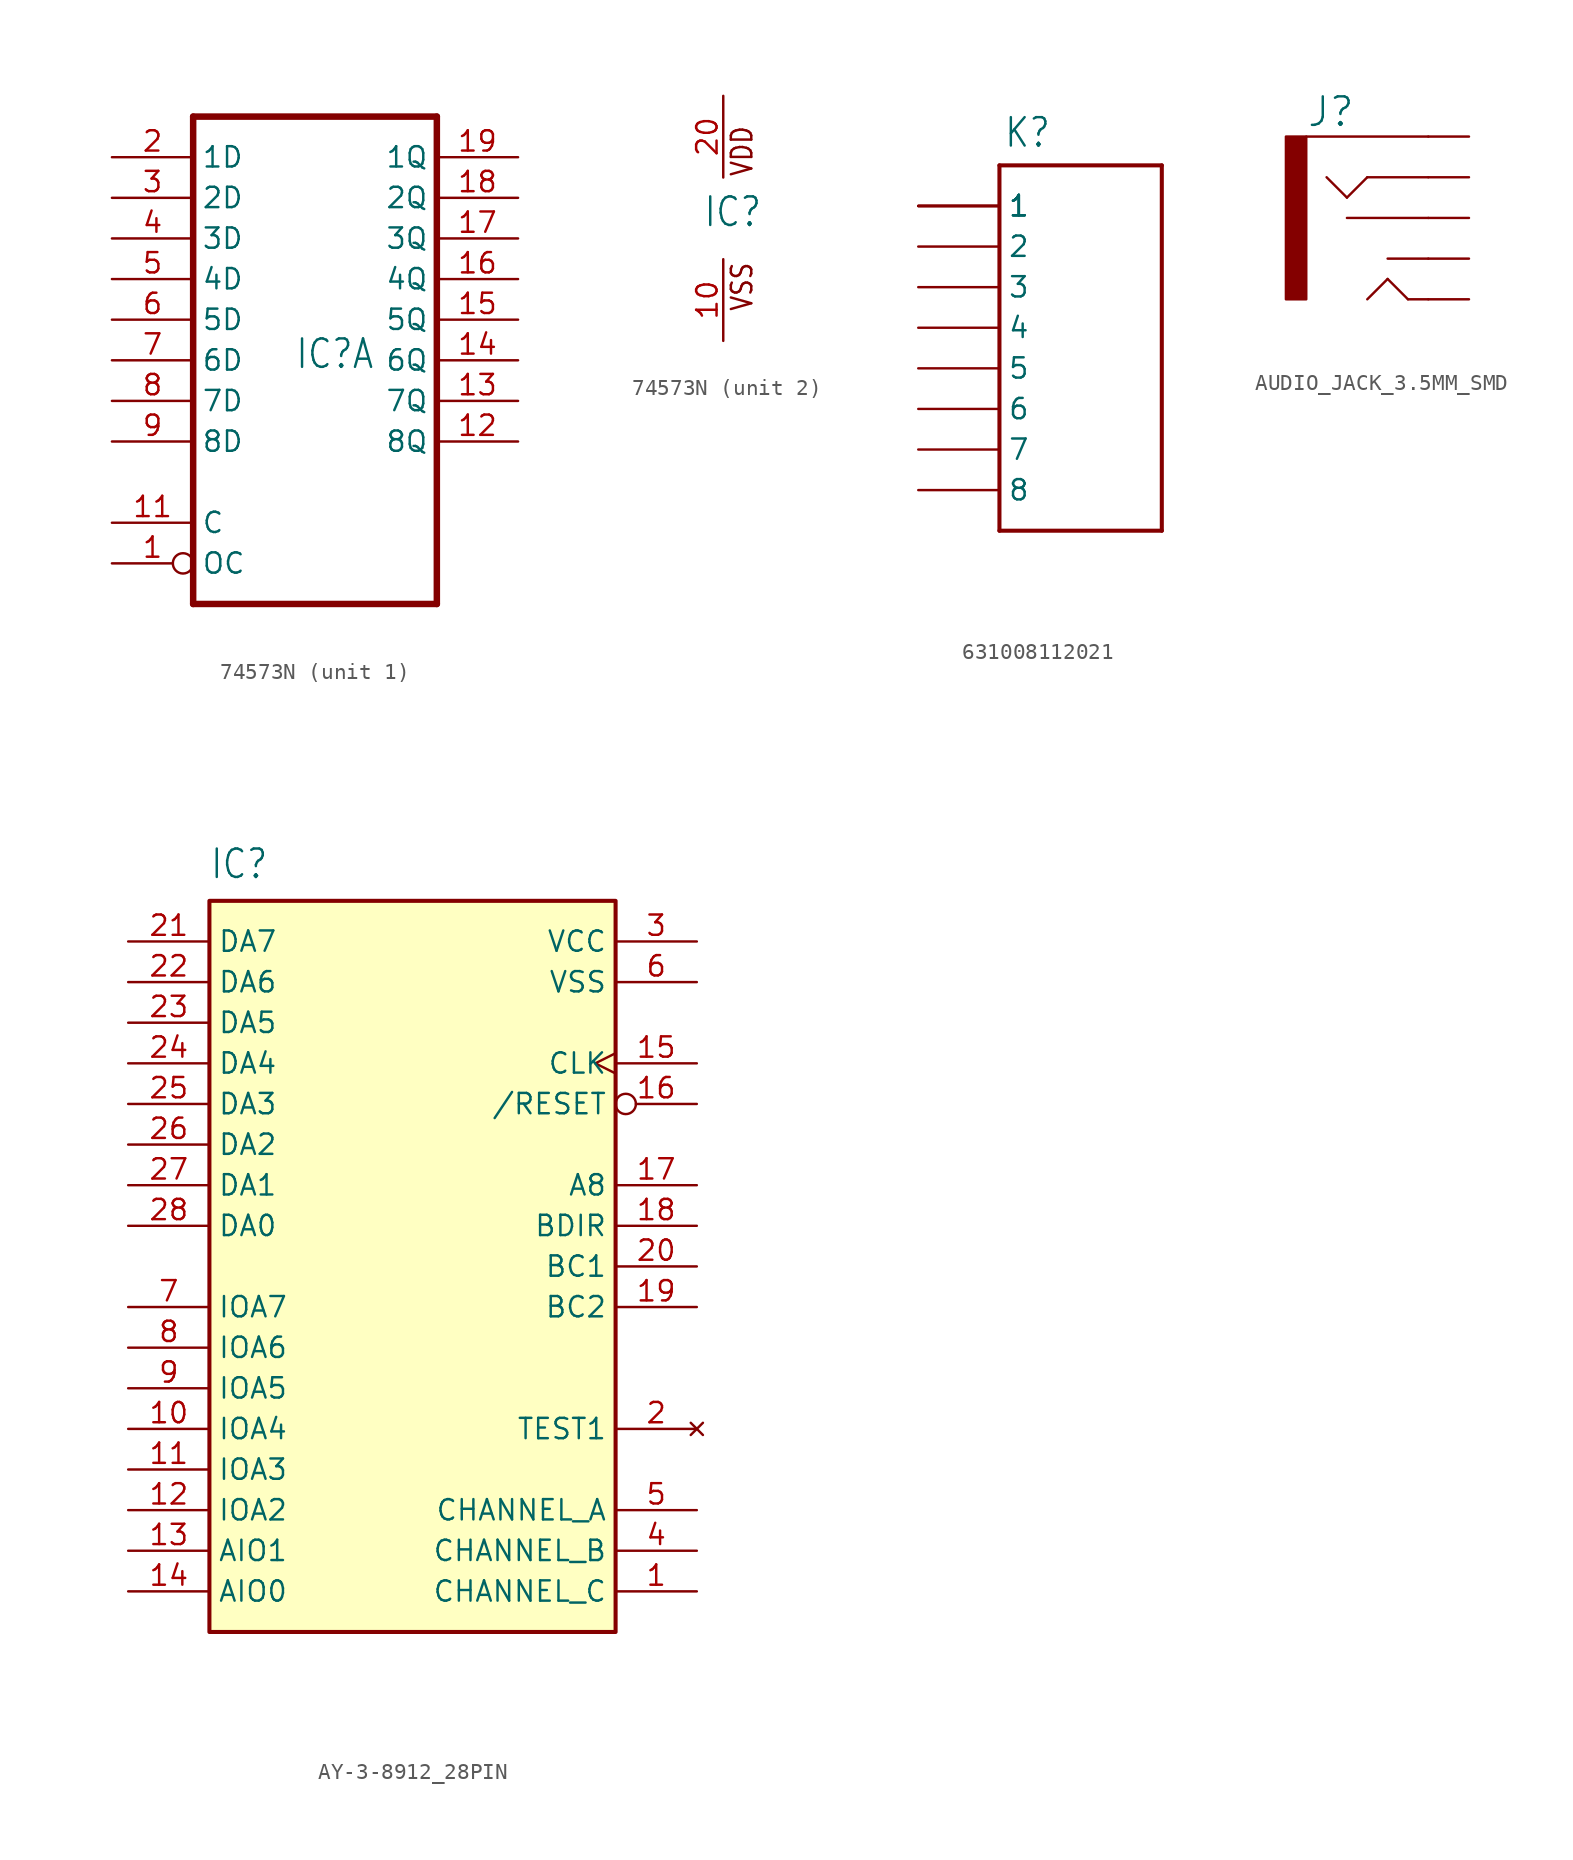
<source format=kicad_sym>
(kicad_symbol_lib
  (version 20220914)
  (generator kicad_symbol_editor)
  (symbol "74573N"
    (property "Reference" "IC"
      (at -1.27 -0.635 0)
      (effects (font (size 1.778 1.511)) (justify left bottom)))
    (property "ki_locked" ""
      (at 0 0 0)
      (effects (font (size 1.27 1.27))))
    (symbol "74573N_1_0"
      (polyline (pts (xy -7.62 -15.24) (xy 7.62 -15.24)) (stroke (width 0.406) (type solid)) (fill (type none)))
      (polyline (pts (xy -7.62 15.24) (xy -7.62 -15.24)) (stroke (width 0.406) (type solid)) (fill (type none)))
      (polyline (pts (xy 7.62 -15.24) (xy 7.62 15.24)) (stroke (width 0.406) (type solid)) (fill (type none)))
      (polyline (pts (xy 7.62 15.24) (xy -7.62 15.24)) (stroke (width 0.406) (type solid)) (fill (type none)))
      (pin input inverted (at -12.7 -12.7 0) (length 5.08) (name "OC" (effects (font (size 1.27 1.27)))) (number "1" (effects (font (size 1.27 1.27)))))
      (pin input line (at -12.7 -10.16 0) (length 5.08) (name "C" (effects (font (size 1.27 1.27)))) (number "11" (effects (font (size 1.27 1.27)))))
      (pin tri_state line (at 12.7 -5.08 180) (length 5.08) (name "8Q" (effects (font (size 1.27 1.27)))) (number "12" (effects (font (size 1.27 1.27)))))
      (pin tri_state line (at 12.7 -2.54 180) (length 5.08) (name "7Q" (effects (font (size 1.27 1.27)))) (number "13" (effects (font (size 1.27 1.27)))))
      (pin tri_state line (at 12.7 0 180) (length 5.08) (name "6Q" (effects (font (size 1.27 1.27)))) (number "14" (effects (font (size 1.27 1.27)))))
      (pin tri_state line (at 12.7 2.54 180) (length 5.08) (name "5Q" (effects (font (size 1.27 1.27)))) (number "15" (effects (font (size 1.27 1.27)))))
      (pin tri_state line (at 12.7 5.08 180) (length 5.08) (name "4Q" (effects (font (size 1.27 1.27)))) (number "16" (effects (font (size 1.27 1.27)))))
      (pin tri_state line (at 12.7 7.62 180) (length 5.08) (name "3Q" (effects (font (size 1.27 1.27)))) (number "17" (effects (font (size 1.27 1.27)))))
      (pin tri_state line (at 12.7 10.16 180) (length 5.08) (name "2Q" (effects (font (size 1.27 1.27)))) (number "18" (effects (font (size 1.27 1.27)))))
      (pin tri_state line (at 12.7 12.7 180) (length 5.08) (name "1Q" (effects (font (size 1.27 1.27)))) (number "19" (effects (font (size 1.27 1.27)))))
      (pin input line (at -12.7 12.7 0) (length 5.08) (name "1D" (effects (font (size 1.27 1.27)))) (number "2" (effects (font (size 1.27 1.27)))))
      (pin input line (at -12.7 10.16 0) (length 5.08) (name "2D" (effects (font (size 1.27 1.27)))) (number "3" (effects (font (size 1.27 1.27)))))
      (pin input line (at -12.7 7.62 0) (length 5.08) (name "3D" (effects (font (size 1.27 1.27)))) (number "4" (effects (font (size 1.27 1.27)))))
      (pin input line (at -12.7 5.08 0) (length 5.08) (name "4D" (effects (font (size 1.27 1.27)))) (number "5" (effects (font (size 1.27 1.27)))))
      (pin input line (at -12.7 2.54 0) (length 5.08) (name "5D" (effects (font (size 1.27 1.27)))) (number "6" (effects (font (size 1.27 1.27)))))
      (pin input line (at -12.7 0 0) (length 5.08) (name "6D" (effects (font (size 1.27 1.27)))) (number "7" (effects (font (size 1.27 1.27)))))
      (pin input line (at -12.7 -2.54 0) (length 5.08) (name "7D" (effects (font (size 1.27 1.27)))) (number "8" (effects (font (size 1.27 1.27)))))
      (pin input line (at -12.7 -5.08 0) (length 5.08) (name "8D" (effects (font (size 1.27 1.27)))) (number "9" (effects (font (size 1.27 1.27))))))
    (symbol "74573N_2_0"
      (text "VDD" (at 1.905 2.54 900) (effects (font (size 1.27 1.079)) (justify left bottom)))
      (text "VSS" (at 1.905 -5.842 900) (effects (font (size 1.27 1.079)) (justify left bottom)))
      (pin power_in line (at 0 -7.62 90) (length 5.08) (name "VSS" (effects (font (size 0 0)))) (number "10" (effects (font (size 1.27 1.27)))))
      (pin power_in line (at 0 7.62 270) (length 5.08) (name "VDD" (effects (font (size 0 0)))) (number "20" (effects (font (size 1.27 1.27)))))))
  (symbol "631008112021"
    (property "Reference" "K"
      (at -4.826 8.636 0)
      (effects (font (size 1.778 1.511)) (justify left bottom)))
    (property "Value" ""
      (at -5.334 -18.796 0)
      (effects (font (size 1.778 1.511)) (justify left bottom)))
    (property "ki_locked" ""
      (at 0 0 0)
      (effects (font (size 1.27 1.27))))
    (symbol "631008112021_1_0"
      (polyline (pts (xy -5.08 -15.24) (xy -5.08 7.62)) (stroke (width 0.254) (type solid)) (fill (type none)))
      (polyline (pts (xy -5.08 7.62) (xy 5.08 7.62)) (stroke (width 0.254) (type solid)) (fill (type none)))
      (polyline (pts (xy 5.08 -15.24) (xy -5.08 -15.24)) (stroke (width 0.254) (type solid)) (fill (type none)))
      (polyline (pts (xy 5.08 7.62) (xy 5.08 -15.24)) (stroke (width 0.254) (type solid)) (fill (type none)))
      (pin passive line (at -10.16 5.08 0) (length 5.08) (name "1" (effects (font (size 1.27 1.27)))) (number "1" (effects (font (size 0 0)))))
      (pin passive line (at -10.16 2.54 0) (length 5.08) (name "2" (effects (font (size 1.27 1.27)))) (number "2" (effects (font (size 0 0)))))
      (pin passive line (at -10.16 0 0) (length 5.08) (name "3" (effects (font (size 1.27 1.27)))) (number "3" (effects (font (size 0 0)))))
      (pin passive line (at -10.16 -2.54 0) (length 5.08) (name "4" (effects (font (size 1.27 1.27)))) (number "4" (effects (font (size 0 0)))))
      (pin passive line (at -10.16 -5.08 0) (length 5.08) (name "5" (effects (font (size 1.27 1.27)))) (number "5" (effects (font (size 0 0)))))
      (pin passive line (at -10.16 -7.62 0) (length 5.08) (name "6" (effects (font (size 1.27 1.27)))) (number "6" (effects (font (size 0 0)))))
      (pin passive line (at -10.16 -10.16 0) (length 5.08) (name "7" (effects (font (size 1.27 1.27)))) (number "7" (effects (font (size 0 0)))))
      (pin passive line (at -10.16 -12.7 0) (length 5.08) (name "8" (effects (font (size 1.27 1.27)))) (number "8" (effects (font (size 0 0)))))
      (pin passive line (at -10.16 5.08 0) (length 5.08) (name "1" (effects (font (size 1.27 1.27)))) (number "Z1" (effects (font (size 0 0)))))
      (pin passive line (at -10.16 5.08 0) (length 5.08) (name "1" (effects (font (size 1.27 1.27)))) (number "Z2" (effects (font (size 0 0)))))
      (pin passive line (at -10.16 5.08 0) (length 5.08) (name "1" (effects (font (size 1.27 1.27)))) (number "Z3" (effects (font (size 0 0)))))))
  (symbol "AUDIO_JACK_3.5MM_SMD"
    (property "Reference" "J"
      (at -5.08 5.588 0)
      (effects (font (size 1.778 1.778)) (justify left bottom)))
    (property "Value" ""
      (at -5.08 -7.62 0)
      (effects (font (size 1.778 1.778)) (justify left bottom)))
    (property "ki_locked" ""
      (at 0 0 0)
      (effects (font (size 1.27 1.27))))
    (symbol "AUDIO_JACK_3.5MM_SMD_1_0"
      (rectangle (start -6.35 -5.08) (end -5.08 5.08) (stroke (width 0) (type default)) (fill (type outline)))
      (polyline (pts (xy -2.54 0) (xy 2.54 0)) (stroke (width 0.152) (type solid)) (fill (type none)))
      (polyline (pts (xy -2.54 1.27) (xy -3.81 2.54)) (stroke (width 0.152) (type solid)) (fill (type none)))
      (polyline (pts (xy -1.27 -5.08) (xy 0 -3.81)) (stroke (width 0.152) (type solid)) (fill (type none)))
      (polyline (pts (xy -1.27 2.54) (xy -2.54 1.27)) (stroke (width 0.152) (type solid)) (fill (type none)))
      (polyline (pts (xy 0 -3.81) (xy 1.27 -5.08)) (stroke (width 0.152) (type solid)) (fill (type none)))
      (polyline (pts (xy 0 -2.54) (xy 2.54 -2.54)) (stroke (width 0.152) (type solid)) (fill (type none)))
      (polyline (pts (xy 1.27 -5.08) (xy 2.54 -5.08)) (stroke (width 0.152) (type solid)) (fill (type none)))
      (polyline (pts (xy 2.54 2.54) (xy -1.27 2.54)) (stroke (width 0.152) (type solid)) (fill (type none)))
      (polyline (pts (xy 2.54 5.08) (xy -5.08 5.08)) (stroke (width 0.152) (type solid)) (fill (type none)))
      (pin bidirectional line (at 5.08 2.54 180) (length 2.54) (name "RING" (effects (font (size 0 0)))) (number "RING" (effects (font (size 0 0)))))
      (pin bidirectional line (at 5.08 0 180) (length 2.54) (name "RSH" (effects (font (size 0 0)))) (number "RSH" (effects (font (size 0 0)))))
      (pin bidirectional line (at 5.08 5.08 180) (length 2.54) (name "SLEEVE" (effects (font (size 0 0)))) (number "SLEEVE" (effects (font (size 0 0)))))
      (pin bidirectional line (at 5.08 -5.08 180) (length 2.54) (name "TIP" (effects (font (size 0 0)))) (number "TIP" (effects (font (size 0 0)))))
      (pin bidirectional line (at 5.08 -2.54 180) (length 2.54) (name "TSH" (effects (font (size 0 0)))) (number "TSH" (effects (font (size 0 0)))))))
  (symbol "AY-3-8912_28PIN"
    (property "Reference" "IC"
      (at -12.7 21.59 0)
      (effects (font (size 1.778 1.511)) (justify left bottom)))
    (property "Value" ""
      (at -12.7 -27.94 0)
      (effects (font (size 1.27 1.079)) (justify left bottom)))
    (property "ki_locked" ""
      (at 0 0 0)
      (effects (font (size 1.27 1.27))))
    (symbol "AY-3-8912_28PIN_1_0"
      (pin output line (at 17.78 -22.86 180) (length 5.08) (name "CHANNEL_C" (effects (font (size 1.27 1.27)))) (number "1" (effects (font (size 1.27 1.27)))))
      (pin bidirectional line (at -17.78 -12.7 0) (length 5.08) (name "IOA4" (effects (font (size 1.27 1.27)))) (number "10" (effects (font (size 1.27 1.27)))))
      (pin bidirectional line (at -17.78 -15.24 0) (length 5.08) (name "IOA3" (effects (font (size 1.27 1.27)))) (number "11" (effects (font (size 1.27 1.27)))))
      (pin bidirectional line (at -17.78 -17.78 0) (length 5.08) (name "IOA2" (effects (font (size 1.27 1.27)))) (number "12" (effects (font (size 1.27 1.27)))))
      (pin bidirectional line (at -17.78 -20.32 0) (length 5.08) (name "AIO1" (effects (font (size 1.27 1.27)))) (number "13" (effects (font (size 1.27 1.27)))))
      (pin bidirectional line (at -17.78 -22.86 0) (length 5.08) (name "AIO0" (effects (font (size 1.27 1.27)))) (number "14" (effects (font (size 1.27 1.27)))))
      (pin input clock (at 17.78 10.16 180) (length 5.08) (name "CLK" (effects (font (size 1.27 1.27)))) (number "15" (effects (font (size 1.27 1.27)))))
      (pin input inverted (at 17.78 7.62 180) (length 5.08) (name "/RESET" (effects (font (size 1.27 1.27)))) (number "16" (effects (font (size 1.27 1.27)))))
      (pin input line (at 17.78 2.54 180) (length 5.08) (name "A8" (effects (font (size 1.27 1.27)))) (number "17" (effects (font (size 1.27 1.27)))))
      (pin input line (at 17.78 0 180) (length 5.08) (name "BDIR" (effects (font (size 1.27 1.27)))) (number "18" (effects (font (size 1.27 1.27)))))
      (pin input line (at 17.78 -5.08 180) (length 5.08) (name "BC2" (effects (font (size 1.27 1.27)))) (number "19" (effects (font (size 1.27 1.27)))))
      (pin no_connect line (at 17.78 -12.7 180) (length 5.08) (name "TEST1" (effects (font (size 1.27 1.27)))) (number "2" (effects (font (size 1.27 1.27)))))
      (pin input line (at 17.78 -2.54 180) (length 5.08) (name "BC1" (effects (font (size 1.27 1.27)))) (number "20" (effects (font (size 1.27 1.27)))))
      (pin bidirectional line (at -17.78 17.78 0) (length 5.08) (name "DA7" (effects (font (size 1.27 1.27)))) (number "21" (effects (font (size 1.27 1.27)))))
      (pin bidirectional line (at -17.78 15.24 0) (length 5.08) (name "DA6" (effects (font (size 1.27 1.27)))) (number "22" (effects (font (size 1.27 1.27)))))
      (pin bidirectional line (at -17.78 12.7 0) (length 5.08) (name "DA5" (effects (font (size 1.27 1.27)))) (number "23" (effects (font (size 1.27 1.27)))))
      (pin bidirectional line (at -17.78 10.16 0) (length 5.08) (name "DA4" (effects (font (size 1.27 1.27)))) (number "24" (effects (font (size 1.27 1.27)))))
      (pin bidirectional line (at -17.78 7.62 0) (length 5.08) (name "DA3" (effects (font (size 1.27 1.27)))) (number "25" (effects (font (size 1.27 1.27)))))
      (pin bidirectional line (at -17.78 5.08 0) (length 5.08) (name "DA2" (effects (font (size 1.27 1.27)))) (number "26" (effects (font (size 1.27 1.27)))))
      (pin bidirectional line (at -17.78 2.54 0) (length 5.08) (name "DA1" (effects (font (size 1.27 1.27)))) (number "27" (effects (font (size 1.27 1.27)))))
      (pin bidirectional line (at -17.78 0 0) (length 5.08) (name "DA0" (effects (font (size 1.27 1.27)))) (number "28" (effects (font (size 1.27 1.27)))))
      (pin power_in line (at 17.78 17.78 180) (length 5.08) (name "VCC" (effects (font (size 1.27 1.27)))) (number "3" (effects (font (size 1.27 1.27)))))
      (pin output line (at 17.78 -20.32 180) (length 5.08) (name "CHANNEL_B" (effects (font (size 1.27 1.27)))) (number "4" (effects (font (size 1.27 1.27)))))
      (pin output line (at 17.78 -17.78 180) (length 5.08) (name "CHANNEL_A" (effects (font (size 1.27 1.27)))) (number "5" (effects (font (size 1.27 1.27)))))
      (pin power_in line (at 17.78 15.24 180) (length 5.08) (name "VSS" (effects (font (size 1.27 1.27)))) (number "6" (effects (font (size 1.27 1.27)))))
      (pin bidirectional line (at -17.78 -5.08 0) (length 5.08) (name "IOA7" (effects (font (size 1.27 1.27)))) (number "7" (effects (font (size 1.27 1.27)))))
      (pin bidirectional line (at -17.78 -7.62 0) (length 5.08) (name "IOA6" (effects (font (size 1.27 1.27)))) (number "8" (effects (font (size 1.27 1.27)))))
      (pin bidirectional line (at -17.78 -10.16 0) (length 5.08) (name "IOA5" (effects (font (size 1.27 1.27)))) (number "9" (effects (font (size 1.27 1.27))))))
    (symbol "AY-3-8912_28PIN_1_1"
      (rectangle (start -12.7 20.32) (end 12.7 -25.4) (stroke (width 0.254) (type default)) (fill (type background))))))
</source>
